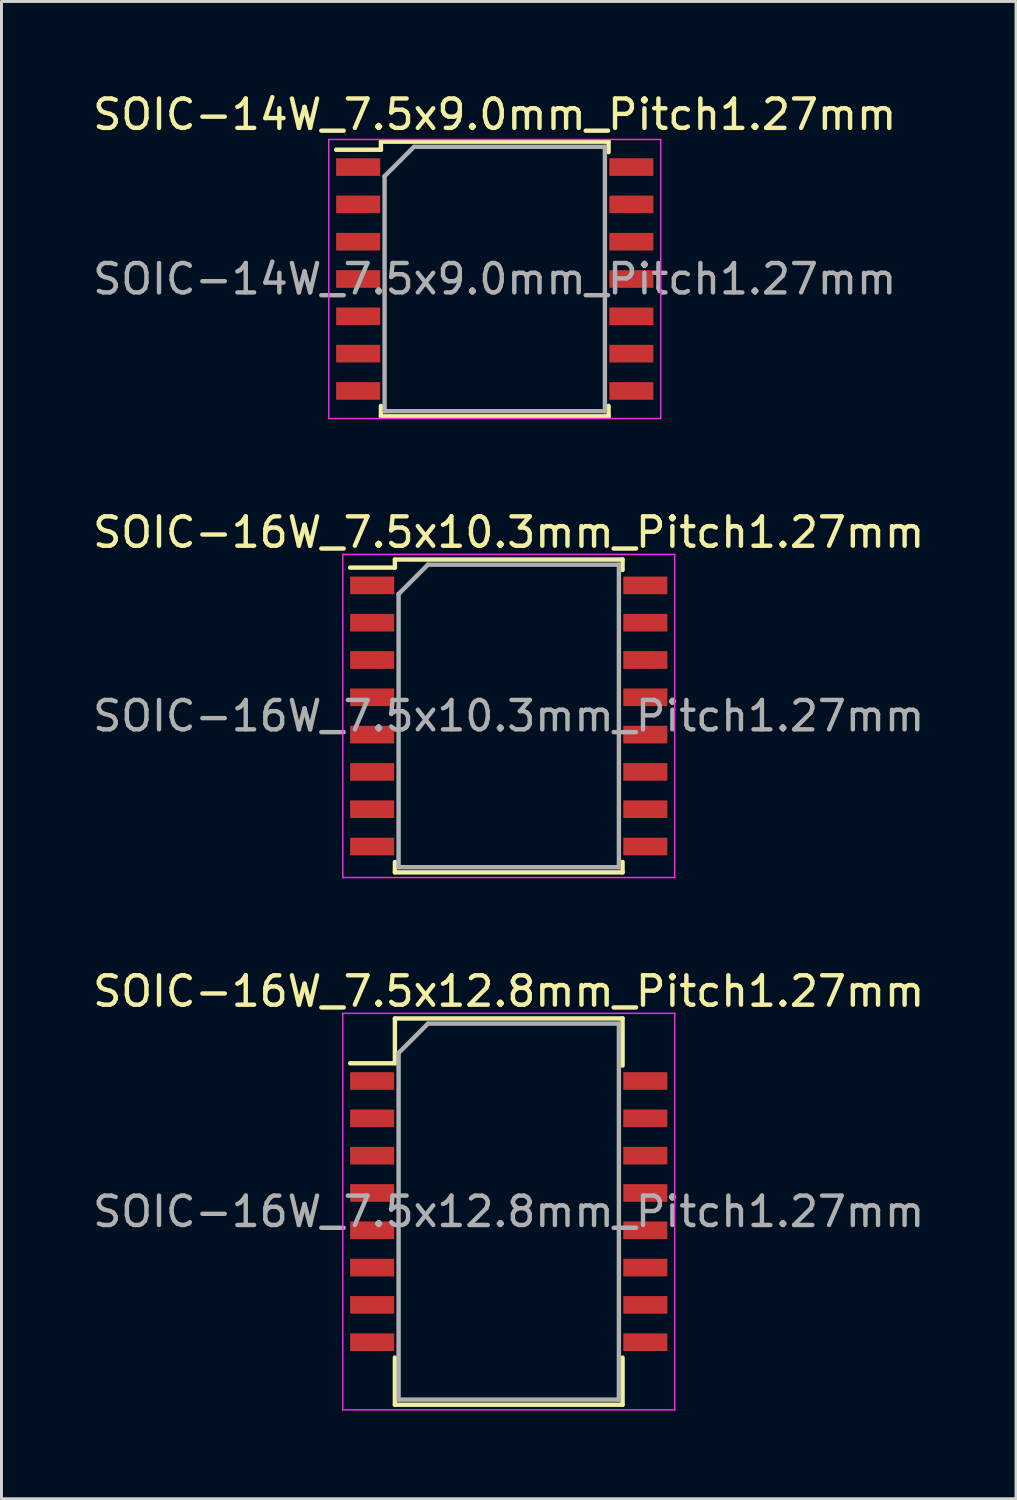
<source format=kicad_pcb>
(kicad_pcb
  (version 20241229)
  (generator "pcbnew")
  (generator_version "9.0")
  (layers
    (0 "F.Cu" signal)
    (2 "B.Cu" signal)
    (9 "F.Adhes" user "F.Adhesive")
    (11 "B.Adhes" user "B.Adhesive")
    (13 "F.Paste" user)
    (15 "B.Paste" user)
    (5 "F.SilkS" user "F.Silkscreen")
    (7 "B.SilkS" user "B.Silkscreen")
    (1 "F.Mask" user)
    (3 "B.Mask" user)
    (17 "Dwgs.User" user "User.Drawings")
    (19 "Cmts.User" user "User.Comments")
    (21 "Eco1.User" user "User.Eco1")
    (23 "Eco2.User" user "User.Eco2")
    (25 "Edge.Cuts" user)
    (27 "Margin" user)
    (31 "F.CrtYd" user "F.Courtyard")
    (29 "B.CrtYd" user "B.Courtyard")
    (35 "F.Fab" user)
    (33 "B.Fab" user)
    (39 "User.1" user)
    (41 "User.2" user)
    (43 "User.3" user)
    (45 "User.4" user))
  (footprint "SOIC-14W_7.5x9.0mm_Pitch1.27mm"
    (layer "F.Cu")
    (at 13.792 6.448)
    (property "Reference" "SOIC-14W_7.5x9.0mm_Pitch1.27mm" (at 0 -5.6 0) (layer "F.SilkS") (effects (font (size 1 1) (thickness 0.15))))
    (attr smd)
    (fp_line (start -3.875 -4.675) (end -3.875 -4.4) (stroke (width 0.15) (type solid)) (layer "F.SilkS"))
    (fp_line (start -3.875 -4.675) (end 3.875 -4.675) (stroke (width 0.15) (type solid)) (layer "F.SilkS"))
    (fp_line (start -3.875 -4.4) (end -5.4 -4.4) (stroke (width 0.15) (type solid)) (layer "F.SilkS"))
    (fp_line (start -3.875 4.675) (end -3.875 4.32) (stroke (width 0.15) (type solid)) (layer "F.SilkS"))
    (fp_line (start -3.875 4.675) (end 3.875 4.675) (stroke (width 0.15) (type solid)) (layer "F.SilkS"))
    (fp_line (start 3.875 -4.675) (end 3.875 -4.32) (stroke (width 0.15) (type solid)) (layer "F.SilkS"))
    (fp_line (start 3.875 4.675) (end 3.875 4.32) (stroke (width 0.15) (type solid)) (layer "F.SilkS"))
    (fp_line (start -5.65 -4.75) (end -5.65 4.75) (stroke (width 0.05) (type solid)) (layer "F.CrtYd"))
    (fp_line (start -5.65 -4.75) (end 5.65 -4.75) (stroke (width 0.05) (type solid)) (layer "F.CrtYd"))
    (fp_line (start -5.65 4.75) (end 5.65 4.75) (stroke (width 0.05) (type solid)) (layer "F.CrtYd"))
    (fp_line (start 5.65 -4.75) (end 5.65 4.75) (stroke (width 0.05) (type solid)) (layer "F.CrtYd"))
    (fp_line (start -3.75 -3.5) (end -2.75 -4.5) (stroke (width 0.15) (type solid)) (layer "F.Fab"))
    (fp_line (start -3.75 4.5) (end -3.75 -3.5) (stroke (width 0.15) (type solid)) (layer "F.Fab"))
    (fp_line (start -2.75 -4.5) (end 3.75 -4.5) (stroke (width 0.15) (type solid)) (layer "F.Fab"))
    (fp_line (start 3.75 -4.5) (end 3.75 4.5) (stroke (width 0.15) (type solid)) (layer "F.Fab"))
    (fp_line (start 3.75 4.5) (end -3.75 4.5) (stroke (width 0.15) (type solid)) (layer "F.Fab"))
    (fp_text user "${REFERENCE}" (at 0 0 0) (layer "F.Fab") (effects (font (size 1 1) (thickness 0.15))))
    (pad "1" smd rect (at -4.65 -3.81) (size 1.5 0.6) (layers "F.Cu" "F.Mask" "F.Paste"))
    (pad "2" smd rect (at -4.65 -2.54) (size 1.5 0.6) (layers "F.Cu" "F.Mask" "F.Paste"))
    (pad "3" smd rect (at -4.65 -1.27) (size 1.5 0.6) (layers "F.Cu" "F.Mask" "F.Paste"))
    (pad "4" smd rect (at -4.65 0) (size 1.5 0.6) (layers "F.Cu" "F.Mask" "F.Paste"))
    (pad "5" smd rect (at -4.65 1.27) (size 1.5 0.6) (layers "F.Cu" "F.Mask" "F.Paste"))
    (pad "6" smd rect (at -4.65 2.54) (size 1.5 0.6) (layers "F.Cu" "F.Mask" "F.Paste"))
    (pad "7" smd rect (at -4.65 3.81) (size 1.5 0.6) (layers "F.Cu" "F.Mask" "F.Paste"))
    (pad "8" smd rect (at 4.65 3.81) (size 1.5 0.6) (layers "F.Cu" "F.Mask" "F.Paste"))
    (pad "9" smd rect (at 4.65 2.54) (size 1.5 0.6) (layers "F.Cu" "F.Mask" "F.Paste"))
    (pad "10" smd rect (at 4.65 1.27) (size 1.5 0.6) (layers "F.Cu" "F.Mask" "F.Paste"))
    (pad "11" smd rect (at 4.65 0) (size 1.5 0.6) (layers "F.Cu" "F.Mask" "F.Paste"))
    (pad "12" smd rect (at 4.65 -1.27) (size 1.5 0.6) (layers "F.Cu" "F.Mask" "F.Paste"))
    (pad "13" smd rect (at 4.65 -2.54) (size 1.5 0.6) (layers "F.Cu" "F.Mask" "F.Paste"))
    (pad "14" smd rect (at 4.65 -3.81) (size 1.5 0.6) (layers "F.Cu" "F.Mask" "F.Paste")))
  (footprint "SOIC-16W_7.5x12.8mm_Pitch1.27mm"
    (layer "F.Cu")
    (at 14.268 38.195)
    (property "Reference" "SOIC-16W_7.5x12.8mm_Pitch1.27mm" (at 0 -7.5 0) (layer "F.SilkS") (effects (font (size 1 1) (thickness 0.15))))
    (attr smd)
    (fp_line (start -3.875 -6.575) (end -3.875 -5.05) (stroke (width 0.15) (type solid)) (layer "F.SilkS"))
    (fp_line (start -3.875 -6.575) (end 3.875 -6.575) (stroke (width 0.15) (type solid)) (layer "F.SilkS"))
    (fp_line (start -3.875 -5.05) (end -5.4 -5.05) (stroke (width 0.15) (type solid)) (layer "F.SilkS"))
    (fp_line (start -3.875 6.575) (end -3.875 4.97) (stroke (width 0.15) (type solid)) (layer "F.SilkS"))
    (fp_line (start -3.875 6.575) (end 3.875 6.575) (stroke (width 0.15) (type solid)) (layer "F.SilkS"))
    (fp_line (start 3.875 -6.575) (end 3.875 -4.97) (stroke (width 0.15) (type solid)) (layer "F.SilkS"))
    (fp_line (start 3.875 6.575) (end 3.875 4.97) (stroke (width 0.15) (type solid)) (layer "F.SilkS"))
    (fp_line (start -5.65 -6.75) (end -5.65 6.75) (stroke (width 0.05) (type solid)) (layer "F.CrtYd"))
    (fp_line (start -5.65 -6.75) (end 5.65 -6.75) (stroke (width 0.05) (type solid)) (layer "F.CrtYd"))
    (fp_line (start -5.65 6.75) (end 5.65 6.75) (stroke (width 0.05) (type solid)) (layer "F.CrtYd"))
    (fp_line (start 5.65 -6.75) (end 5.65 6.75) (stroke (width 0.05) (type solid)) (layer "F.CrtYd"))
    (fp_line (start -3.75 -5.4) (end -2.75 -6.4) (stroke (width 0.15) (type solid)) (layer "F.Fab"))
    (fp_line (start -3.75 6.4) (end -3.75 -5.4) (stroke (width 0.15) (type solid)) (layer "F.Fab"))
    (fp_line (start -2.75 -6.4) (end 3.75 -6.4) (stroke (width 0.15) (type solid)) (layer "F.Fab"))
    (fp_line (start 3.75 -6.4) (end 3.75 6.4) (stroke (width 0.15) (type solid)) (layer "F.Fab"))
    (fp_line (start 3.75 6.4) (end -3.75 6.4) (stroke (width 0.15) (type solid)) (layer "F.Fab"))
    (fp_text user "${REFERENCE}" (at 0 0 0) (layer "F.Fab") (effects (font (size 1 1) (thickness 0.15))))
    (pad "1" smd rect (at -4.65 -4.445) (size 1.5 0.6) (layers "F.Cu" "F.Mask" "F.Paste"))
    (pad "2" smd rect (at -4.65 -3.175) (size 1.5 0.6) (layers "F.Cu" "F.Mask" "F.Paste"))
    (pad "3" smd rect (at -4.65 -1.905) (size 1.5 0.6) (layers "F.Cu" "F.Mask" "F.Paste"))
    (pad "4" smd rect (at -4.65 -0.635) (size 1.5 0.6) (layers "F.Cu" "F.Mask" "F.Paste"))
    (pad "5" smd rect (at -4.65 0.635) (size 1.5 0.6) (layers "F.Cu" "F.Mask" "F.Paste"))
    (pad "6" smd rect (at -4.65 1.905) (size 1.5 0.6) (layers "F.Cu" "F.Mask" "F.Paste"))
    (pad "7" smd rect (at -4.65 3.175) (size 1.5 0.6) (layers "F.Cu" "F.Mask" "F.Paste"))
    (pad "8" smd rect (at -4.65 4.445) (size 1.5 0.6) (layers "F.Cu" "F.Mask" "F.Paste"))
    (pad "9" smd rect (at 4.65 4.445) (size 1.5 0.6) (layers "F.Cu" "F.Mask" "F.Paste"))
    (pad "10" smd rect (at 4.65 3.175) (size 1.5 0.6) (layers "F.Cu" "F.Mask" "F.Paste"))
    (pad "11" smd rect (at 4.65 1.905) (size 1.5 0.6) (layers "F.Cu" "F.Mask" "F.Paste"))
    (pad "12" smd rect (at 4.65 0.635) (size 1.5 0.6) (layers "F.Cu" "F.Mask" "F.Paste"))
    (pad "13" smd rect (at 4.65 -0.635) (size 1.5 0.6) (layers "F.Cu" "F.Mask" "F.Paste"))
    (pad "14" smd rect (at 4.65 -1.905) (size 1.5 0.6) (layers "F.Cu" "F.Mask" "F.Paste"))
    (pad "15" smd rect (at 4.65 -3.175) (size 1.5 0.6) (layers "F.Cu" "F.Mask" "F.Paste"))
    (pad "16" smd rect (at 4.65 -4.445) (size 1.5 0.6) (layers "F.Cu" "F.Mask" "F.Paste")))
  (footprint "SOIC-16W_7.5x10.3mm_Pitch1.27mm"
    (layer "F.Cu")
    (at 14.268 21.322)
    (property "Reference" "SOIC-16W_7.5x10.3mm_Pitch1.27mm" (at 0 -6.25 0) (layer "F.SilkS") (effects (font (size 1 1) (thickness 0.15))))
    (attr smd)
    (fp_line (start -3.875 -5.325) (end -3.875 -5.05) (stroke (width 0.15) (type solid)) (layer "F.SilkS"))
    (fp_line (start -3.875 -5.325) (end 3.875 -5.325) (stroke (width 0.15) (type solid)) (layer "F.SilkS"))
    (fp_line (start -3.875 -5.05) (end -5.4 -5.05) (stroke (width 0.15) (type solid)) (layer "F.SilkS"))
    (fp_line (start -3.875 5.325) (end -3.875 4.97) (stroke (width 0.15) (type solid)) (layer "F.SilkS"))
    (fp_line (start -3.875 5.325) (end 3.875 5.325) (stroke (width 0.15) (type solid)) (layer "F.SilkS"))
    (fp_line (start 3.875 -5.325) (end 3.875 -4.97) (stroke (width 0.15) (type solid)) (layer "F.SilkS"))
    (fp_line (start 3.875 5.325) (end 3.875 4.97) (stroke (width 0.15) (type solid)) (layer "F.SilkS"))
    (fp_line (start -5.65 -5.5) (end -5.65 5.5) (stroke (width 0.05) (type solid)) (layer "F.CrtYd"))
    (fp_line (start -5.65 -5.5) (end 5.65 -5.5) (stroke (width 0.05) (type solid)) (layer "F.CrtYd"))
    (fp_line (start -5.65 5.5) (end 5.65 5.5) (stroke (width 0.05) (type solid)) (layer "F.CrtYd"))
    (fp_line (start 5.65 -5.5) (end 5.65 5.5) (stroke (width 0.05) (type solid)) (layer "F.CrtYd"))
    (fp_line (start -3.75 -4.15) (end -2.75 -5.15) (stroke (width 0.15) (type solid)) (layer "F.Fab"))
    (fp_line (start -3.75 5.15) (end -3.75 -4.15) (stroke (width 0.15) (type solid)) (layer "F.Fab"))
    (fp_line (start -2.75 -5.15) (end 3.75 -5.15) (stroke (width 0.15) (type solid)) (layer "F.Fab"))
    (fp_line (start 3.75 -5.15) (end 3.75 5.15) (stroke (width 0.15) (type solid)) (layer "F.Fab"))
    (fp_line (start 3.75 5.15) (end -3.75 5.15) (stroke (width 0.15) (type solid)) (layer "F.Fab"))
    (fp_text user "${REFERENCE}" (at 0 0 0) (layer "F.Fab") (effects (font (size 1 1) (thickness 0.15))))
    (pad "1" smd rect (at -4.65 -4.445) (size 1.5 0.6) (layers "F.Cu" "F.Mask" "F.Paste"))
    (pad "2" smd rect (at -4.65 -3.175) (size 1.5 0.6) (layers "F.Cu" "F.Mask" "F.Paste"))
    (pad "3" smd rect (at -4.65 -1.905) (size 1.5 0.6) (layers "F.Cu" "F.Mask" "F.Paste"))
    (pad "4" smd rect (at -4.65 -0.635) (size 1.5 0.6) (layers "F.Cu" "F.Mask" "F.Paste"))
    (pad "5" smd rect (at -4.65 0.635) (size 1.5 0.6) (layers "F.Cu" "F.Mask" "F.Paste"))
    (pad "6" smd rect (at -4.65 1.905) (size 1.5 0.6) (layers "F.Cu" "F.Mask" "F.Paste"))
    (pad "7" smd rect (at -4.65 3.175) (size 1.5 0.6) (layers "F.Cu" "F.Mask" "F.Paste"))
    (pad "8" smd rect (at -4.65 4.445) (size 1.5 0.6) (layers "F.Cu" "F.Mask" "F.Paste"))
    (pad "9" smd rect (at 4.65 4.445) (size 1.5 0.6) (layers "F.Cu" "F.Mask" "F.Paste"))
    (pad "10" smd rect (at 4.65 3.175) (size 1.5 0.6) (layers "F.Cu" "F.Mask" "F.Paste"))
    (pad "11" smd rect (at 4.65 1.905) (size 1.5 0.6) (layers "F.Cu" "F.Mask" "F.Paste"))
    (pad "12" smd rect (at 4.65 0.635) (size 1.5 0.6) (layers "F.Cu" "F.Mask" "F.Paste"))
    (pad "13" smd rect (at 4.65 -0.635) (size 1.5 0.6) (layers "F.Cu" "F.Mask" "F.Paste"))
    (pad "14" smd rect (at 4.65 -1.905) (size 1.5 0.6) (layers "F.Cu" "F.Mask" "F.Paste"))
    (pad "15" smd rect (at 4.65 -3.175) (size 1.5 0.6) (layers "F.Cu" "F.Mask" "F.Paste"))
    (pad "16" smd rect (at 4.65 -4.445) (size 1.5 0.6) (layers "F.Cu" "F.Mask" "F.Paste")))
  (gr_rect
    (start -3 -3)
    (end 31.536 47.97)
    (stroke (width 0.1) (type default))
    (fill no)
    (layer "Edge.Cuts")))
</source>
